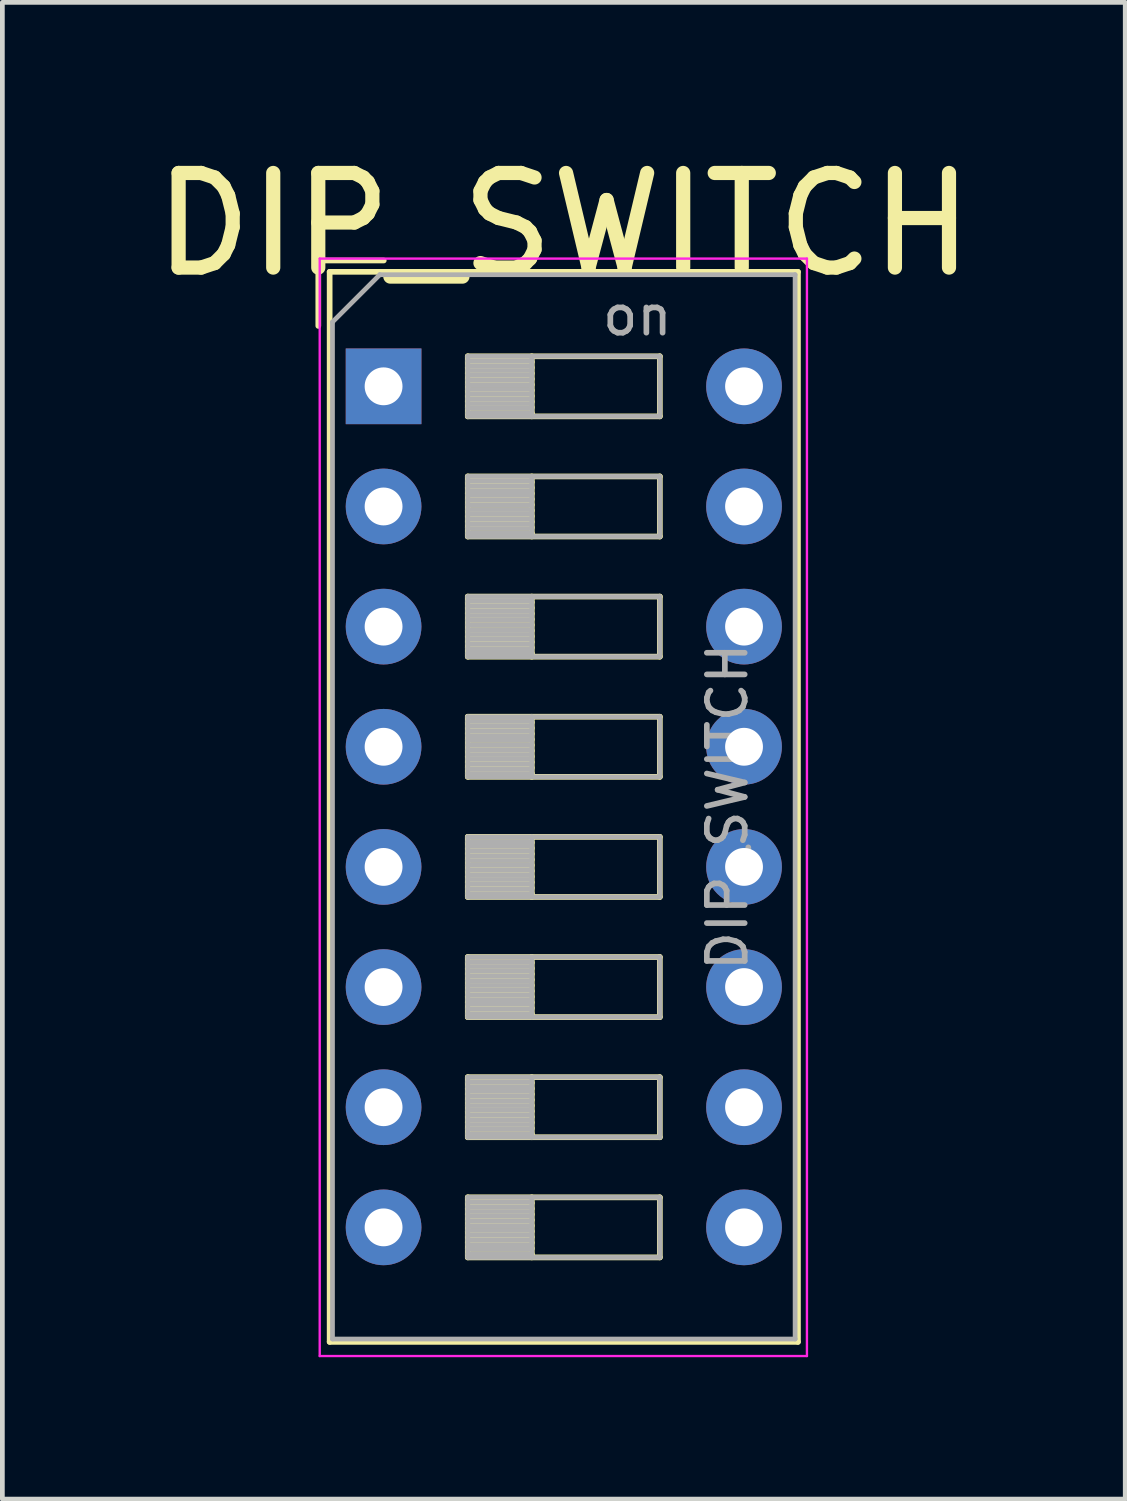
<source format=kicad_pcb>
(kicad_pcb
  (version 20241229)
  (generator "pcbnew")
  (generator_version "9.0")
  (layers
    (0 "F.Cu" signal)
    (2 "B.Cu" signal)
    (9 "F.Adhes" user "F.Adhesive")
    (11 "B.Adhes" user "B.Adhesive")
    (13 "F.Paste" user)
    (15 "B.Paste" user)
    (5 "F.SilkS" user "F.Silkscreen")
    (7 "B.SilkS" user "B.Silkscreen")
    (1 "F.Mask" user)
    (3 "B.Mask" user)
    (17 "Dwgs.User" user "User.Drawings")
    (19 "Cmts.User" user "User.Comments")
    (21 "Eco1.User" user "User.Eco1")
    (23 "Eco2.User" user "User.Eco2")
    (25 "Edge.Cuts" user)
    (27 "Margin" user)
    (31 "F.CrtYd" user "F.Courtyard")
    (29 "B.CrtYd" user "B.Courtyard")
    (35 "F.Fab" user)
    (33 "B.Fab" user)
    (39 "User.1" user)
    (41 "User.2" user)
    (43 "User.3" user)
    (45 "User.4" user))
  (footprint "DIP_SWITCH"
    (layer "F.Cu")
    (at 5.059 5.117)
    (property "Reference" "DIP_SWITCH" (at 3.81 -3.42 0) (layer "F.SilkS") (effects (font (size 2 2) (thickness 0.3))))
    (attr through_hole)
    (fp_line (start -1.38 -2.66) (end -1.38 -1.277) (stroke (width 0.12) (type solid)) (layer "F.SilkS"))
    (fp_line (start -1.38 -2.66) (end 0.004 -2.66) (stroke (width 0.12) (type solid)) (layer "F.SilkS"))
    (fp_line (start -1.14 -2.42) (end -1.14 20.201) (stroke (width 0.12) (type solid)) (layer "F.SilkS"))
    (fp_line (start -1.14 -2.42) (end 8.76 -2.42) (stroke (width 0.12) (type solid)) (layer "F.SilkS"))
    (fp_line (start -1.14 20.201) (end 8.76 20.201) (stroke (width 0.12) (type solid)) (layer "F.SilkS"))
    (fp_line (start 1.78 -0.635) (end 1.78 0.635) (stroke (width 0.12) (type solid)) (layer "F.SilkS"))
    (fp_line (start 1.78 -0.515) (end 3.133 -0.515) (stroke (width 0.12) (type solid)) (layer "F.SilkS"))
    (fp_line (start 1.78 -0.395) (end 3.133 -0.395) (stroke (width 0.12) (type solid)) (layer "F.SilkS"))
    (fp_line (start 1.78 -0.275) (end 3.133 -0.275) (stroke (width 0.12) (type solid)) (layer "F.SilkS"))
    (fp_line (start 1.78 -0.155) (end 3.133 -0.155) (stroke (width 0.12) (type solid)) (layer "F.SilkS"))
    (fp_line (start 1.78 -0.035) (end 3.133 -0.035) (stroke (width 0.12) (type solid)) (layer "F.SilkS"))
    (fp_line (start 1.78 0.085) (end 3.133 0.085) (stroke (width 0.12) (type solid)) (layer "F.SilkS"))
    (fp_line (start 1.78 0.205) (end 3.133 0.205) (stroke (width 0.12) (type solid)) (layer "F.SilkS"))
    (fp_line (start 1.78 0.325) (end 3.133 0.325) (stroke (width 0.12) (type solid)) (layer "F.SilkS"))
    (fp_line (start 1.78 0.445) (end 3.133 0.445) (stroke (width 0.12) (type solid)) (layer "F.SilkS"))
    (fp_line (start 1.78 0.565) (end 3.133 0.565) (stroke (width 0.12) (type solid)) (layer "F.SilkS"))
    (fp_line (start 1.78 0.635) (end 5.84 0.635) (stroke (width 0.12) (type solid)) (layer "F.SilkS"))
    (fp_line (start 1.78 1.905) (end 1.78 3.175) (stroke (width 0.12) (type solid)) (layer "F.SilkS"))
    (fp_line (start 1.78 2.025) (end 3.133 2.025) (stroke (width 0.12) (type solid)) (layer "F.SilkS"))
    (fp_line (start 1.78 2.145) (end 3.133 2.145) (stroke (width 0.12) (type solid)) (layer "F.SilkS"))
    (fp_line (start 1.78 2.265) (end 3.133 2.265) (stroke (width 0.12) (type solid)) (layer "F.SilkS"))
    (fp_line (start 1.78 2.385) (end 3.133 2.385) (stroke (width 0.12) (type solid)) (layer "F.SilkS"))
    (fp_line (start 1.78 2.505) (end 3.133 2.505) (stroke (width 0.12) (type solid)) (layer "F.SilkS"))
    (fp_line (start 1.78 2.625) (end 3.133 2.625) (stroke (width 0.12) (type solid)) (layer "F.SilkS"))
    (fp_line (start 1.78 2.745) (end 3.133 2.745) (stroke (width 0.12) (type solid)) (layer "F.SilkS"))
    (fp_line (start 1.78 2.865) (end 3.133 2.865) (stroke (width 0.12) (type solid)) (layer "F.SilkS"))
    (fp_line (start 1.78 2.985) (end 3.133 2.985) (stroke (width 0.12) (type solid)) (layer "F.SilkS"))
    (fp_line (start 1.78 3.105) (end 3.133 3.105) (stroke (width 0.12) (type solid)) (layer "F.SilkS"))
    (fp_line (start 1.78 3.175) (end 5.84 3.175) (stroke (width 0.12) (type solid)) (layer "F.SilkS"))
    (fp_line (start 1.78 4.445) (end 1.78 5.715) (stroke (width 0.12) (type solid)) (layer "F.SilkS"))
    (fp_line (start 1.78 4.565) (end 3.133 4.565) (stroke (width 0.12) (type solid)) (layer "F.SilkS"))
    (fp_line (start 1.78 4.685) (end 3.133 4.685) (stroke (width 0.12) (type solid)) (layer "F.SilkS"))
    (fp_line (start 1.78 4.805) (end 3.133 4.805) (stroke (width 0.12) (type solid)) (layer "F.SilkS"))
    (fp_line (start 1.78 4.925) (end 3.133 4.925) (stroke (width 0.12) (type solid)) (layer "F.SilkS"))
    (fp_line (start 1.78 5.045) (end 3.133 5.045) (stroke (width 0.12) (type solid)) (layer "F.SilkS"))
    (fp_line (start 1.78 5.165) (end 3.133 5.165) (stroke (width 0.12) (type solid)) (layer "F.SilkS"))
    (fp_line (start 1.78 5.285) (end 3.133 5.285) (stroke (width 0.12) (type solid)) (layer "F.SilkS"))
    (fp_line (start 1.78 5.405) (end 3.133 5.405) (stroke (width 0.12) (type solid)) (layer "F.SilkS"))
    (fp_line (start 1.78 5.525) (end 3.133 5.525) (stroke (width 0.12) (type solid)) (layer "F.SilkS"))
    (fp_line (start 1.78 5.645) (end 3.133 5.645) (stroke (width 0.12) (type solid)) (layer "F.SilkS"))
    (fp_line (start 1.78 5.715) (end 5.84 5.715) (stroke (width 0.12) (type solid)) (layer "F.SilkS"))
    (fp_line (start 1.78 6.985) (end 1.78 8.255) (stroke (width 0.12) (type solid)) (layer "F.SilkS"))
    (fp_line (start 1.78 7.105) (end 3.133 7.105) (stroke (width 0.12) (type solid)) (layer "F.SilkS"))
    (fp_line (start 1.78 7.225) (end 3.133 7.225) (stroke (width 0.12) (type solid)) (layer "F.SilkS"))
    (fp_line (start 1.78 7.345) (end 3.133 7.345) (stroke (width 0.12) (type solid)) (layer "F.SilkS"))
    (fp_line (start 1.78 7.465) (end 3.133 7.465) (stroke (width 0.12) (type solid)) (layer "F.SilkS"))
    (fp_line (start 1.78 7.585) (end 3.133 7.585) (stroke (width 0.12) (type solid)) (layer "F.SilkS"))
    (fp_line (start 1.78 7.705) (end 3.133 7.705) (stroke (width 0.12) (type solid)) (layer "F.SilkS"))
    (fp_line (start 1.78 7.825) (end 3.133 7.825) (stroke (width 0.12) (type solid)) (layer "F.SilkS"))
    (fp_line (start 1.78 7.945) (end 3.133 7.945) (stroke (width 0.12) (type solid)) (layer "F.SilkS"))
    (fp_line (start 1.78 8.065) (end 3.133 8.065) (stroke (width 0.12) (type solid)) (layer "F.SilkS"))
    (fp_line (start 1.78 8.185) (end 3.133 8.185) (stroke (width 0.12) (type solid)) (layer "F.SilkS"))
    (fp_line (start 1.78 8.255) (end 5.84 8.255) (stroke (width 0.12) (type solid)) (layer "F.SilkS"))
    (fp_line (start 1.78 9.525) (end 1.78 10.795) (stroke (width 0.12) (type solid)) (layer "F.SilkS"))
    (fp_line (start 1.78 9.645) (end 3.133 9.645) (stroke (width 0.12) (type solid)) (layer "F.SilkS"))
    (fp_line (start 1.78 9.765) (end 3.133 9.765) (stroke (width 0.12) (type solid)) (layer "F.SilkS"))
    (fp_line (start 1.78 9.885) (end 3.133 9.885) (stroke (width 0.12) (type solid)) (layer "F.SilkS"))
    (fp_line (start 1.78 10.005) (end 3.133 10.005) (stroke (width 0.12) (type solid)) (layer "F.SilkS"))
    (fp_line (start 1.78 10.125) (end 3.133 10.125) (stroke (width 0.12) (type solid)) (layer "F.SilkS"))
    (fp_line (start 1.78 10.245) (end 3.133 10.245) (stroke (width 0.12) (type solid)) (layer "F.SilkS"))
    (fp_line (start 1.78 10.365) (end 3.133 10.365) (stroke (width 0.12) (type solid)) (layer "F.SilkS"))
    (fp_line (start 1.78 10.485) (end 3.133 10.485) (stroke (width 0.12) (type solid)) (layer "F.SilkS"))
    (fp_line (start 1.78 10.605) (end 3.133 10.605) (stroke (width 0.12) (type solid)) (layer "F.SilkS"))
    (fp_line (start 1.78 10.725) (end 3.133 10.725) (stroke (width 0.12) (type solid)) (layer "F.SilkS"))
    (fp_line (start 1.78 10.795) (end 5.84 10.795) (stroke (width 0.12) (type solid)) (layer "F.SilkS"))
    (fp_line (start 1.78 12.065) (end 1.78 13.335) (stroke (width 0.12) (type solid)) (layer "F.SilkS"))
    (fp_line (start 1.78 12.185) (end 3.133 12.185) (stroke (width 0.12) (type solid)) (layer "F.SilkS"))
    (fp_line (start 1.78 12.305) (end 3.133 12.305) (stroke (width 0.12) (type solid)) (layer "F.SilkS"))
    (fp_line (start 1.78 12.425) (end 3.133 12.425) (stroke (width 0.12) (type solid)) (layer "F.SilkS"))
    (fp_line (start 1.78 12.545) (end 3.133 12.545) (stroke (width 0.12) (type solid)) (layer "F.SilkS"))
    (fp_line (start 1.78 12.665) (end 3.133 12.665) (stroke (width 0.12) (type solid)) (layer "F.SilkS"))
    (fp_line (start 1.78 12.785) (end 3.133 12.785) (stroke (width 0.12) (type solid)) (layer "F.SilkS"))
    (fp_line (start 1.78 12.905) (end 3.133 12.905) (stroke (width 0.12) (type solid)) (layer "F.SilkS"))
    (fp_line (start 1.78 13.025) (end 3.133 13.025) (stroke (width 0.12) (type solid)) (layer "F.SilkS"))
    (fp_line (start 1.78 13.145) (end 3.133 13.145) (stroke (width 0.12) (type solid)) (layer "F.SilkS"))
    (fp_line (start 1.78 13.265) (end 3.133 13.265) (stroke (width 0.12) (type solid)) (layer "F.SilkS"))
    (fp_line (start 1.78 13.335) (end 5.84 13.335) (stroke (width 0.12) (type solid)) (layer "F.SilkS"))
    (fp_line (start 1.78 14.605) (end 1.78 15.875) (stroke (width 0.12) (type solid)) (layer "F.SilkS"))
    (fp_line (start 1.78 14.725) (end 3.133 14.725) (stroke (width 0.12) (type solid)) (layer "F.SilkS"))
    (fp_line (start 1.78 14.845) (end 3.133 14.845) (stroke (width 0.12) (type solid)) (layer "F.SilkS"))
    (fp_line (start 1.78 14.965) (end 3.133 14.965) (stroke (width 0.12) (type solid)) (layer "F.SilkS"))
    (fp_line (start 1.78 15.085) (end 3.133 15.085) (stroke (width 0.12) (type solid)) (layer "F.SilkS"))
    (fp_line (start 1.78 15.205) (end 3.133 15.205) (stroke (width 0.12) (type solid)) (layer "F.SilkS"))
    (fp_line (start 1.78 15.325) (end 3.133 15.325) (stroke (width 0.12) (type solid)) (layer "F.SilkS"))
    (fp_line (start 1.78 15.445) (end 3.133 15.445) (stroke (width 0.12) (type solid)) (layer "F.SilkS"))
    (fp_line (start 1.78 15.565) (end 3.133 15.565) (stroke (width 0.12) (type solid)) (layer "F.SilkS"))
    (fp_line (start 1.78 15.685) (end 3.133 15.685) (stroke (width 0.12) (type solid)) (layer "F.SilkS"))
    (fp_line (start 1.78 15.805) (end 3.133 15.805) (stroke (width 0.12) (type solid)) (layer "F.SilkS"))
    (fp_line (start 1.78 15.875) (end 5.84 15.875) (stroke (width 0.12) (type solid)) (layer "F.SilkS"))
    (fp_line (start 1.78 17.145) (end 1.78 18.415) (stroke (width 0.12) (type solid)) (layer "F.SilkS"))
    (fp_line (start 1.78 17.265) (end 3.133 17.265) (stroke (width 0.12) (type solid)) (layer "F.SilkS"))
    (fp_line (start 1.78 17.385) (end 3.133 17.385) (stroke (width 0.12) (type solid)) (layer "F.SilkS"))
    (fp_line (start 1.78 17.505) (end 3.133 17.505) (stroke (width 0.12) (type solid)) (layer "F.SilkS"))
    (fp_line (start 1.78 17.625) (end 3.133 17.625) (stroke (width 0.12) (type solid)) (layer "F.SilkS"))
    (fp_line (start 1.78 17.745) (end 3.133 17.745) (stroke (width 0.12) (type solid)) (layer "F.SilkS"))
    (fp_line (start 1.78 17.865) (end 3.133 17.865) (stroke (width 0.12) (type solid)) (layer "F.SilkS"))
    (fp_line (start 1.78 17.985) (end 3.133 17.985) (stroke (width 0.12) (type solid)) (layer "F.SilkS"))
    (fp_line (start 1.78 18.105) (end 3.133 18.105) (stroke (width 0.12) (type solid)) (layer "F.SilkS"))
    (fp_line (start 1.78 18.225) (end 3.133 18.225) (stroke (width 0.12) (type solid)) (layer "F.SilkS"))
    (fp_line (start 1.78 18.345) (end 3.133 18.345) (stroke (width 0.12) (type solid)) (layer "F.SilkS"))
    (fp_line (start 1.78 18.415) (end 5.84 18.415) (stroke (width 0.12) (type solid)) (layer "F.SilkS"))
    (fp_line (start 3.133 -0.635) (end 3.133 0.635) (stroke (width 0.12) (type solid)) (layer "F.SilkS"))
    (fp_line (start 3.133 1.905) (end 3.133 3.175) (stroke (width 0.12) (type solid)) (layer "F.SilkS"))
    (fp_line (start 3.133 4.445) (end 3.133 5.715) (stroke (width 0.12) (type solid)) (layer "F.SilkS"))
    (fp_line (start 3.133 6.985) (end 3.133 8.255) (stroke (width 0.12) (type solid)) (layer "F.SilkS"))
    (fp_line (start 3.133 9.525) (end 3.133 10.795) (stroke (width 0.12) (type solid)) (layer "F.SilkS"))
    (fp_line (start 3.133 12.065) (end 3.133 13.335) (stroke (width 0.12) (type solid)) (layer "F.SilkS"))
    (fp_line (start 3.133 14.605) (end 3.133 15.875) (stroke (width 0.12) (type solid)) (layer "F.SilkS"))
    (fp_line (start 3.133 17.145) (end 3.133 18.415) (stroke (width 0.12) (type solid)) (layer "F.SilkS"))
    (fp_line (start 5.84 -0.635) (end 1.78 -0.635) (stroke (width 0.12) (type solid)) (layer "F.SilkS"))
    (fp_line (start 5.84 0.635) (end 5.84 -0.635) (stroke (width 0.12) (type solid)) (layer "F.SilkS"))
    (fp_line (start 5.84 1.905) (end 1.78 1.905) (stroke (width 0.12) (type solid)) (layer "F.SilkS"))
    (fp_line (start 5.84 3.175) (end 5.84 1.905) (stroke (width 0.12) (type solid)) (layer "F.SilkS"))
    (fp_line (start 5.84 4.445) (end 1.78 4.445) (stroke (width 0.12) (type solid)) (layer "F.SilkS"))
    (fp_line (start 5.84 5.715) (end 5.84 4.445) (stroke (width 0.12) (type solid)) (layer "F.SilkS"))
    (fp_line (start 5.84 6.985) (end 1.78 6.985) (stroke (width 0.12) (type solid)) (layer "F.SilkS"))
    (fp_line (start 5.84 8.255) (end 5.84 6.985) (stroke (width 0.12) (type solid)) (layer "F.SilkS"))
    (fp_line (start 5.84 9.525) (end 1.78 9.525) (stroke (width 0.12) (type solid)) (layer "F.SilkS"))
    (fp_line (start 5.84 10.795) (end 5.84 9.525) (stroke (width 0.12) (type solid)) (layer "F.SilkS"))
    (fp_line (start 5.84 12.065) (end 1.78 12.065) (stroke (width 0.12) (type solid)) (layer "F.SilkS"))
    (fp_line (start 5.84 13.335) (end 5.84 12.065) (stroke (width 0.12) (type solid)) (layer "F.SilkS"))
    (fp_line (start 5.84 14.605) (end 1.78 14.605) (stroke (width 0.12) (type solid)) (layer "F.SilkS"))
    (fp_line (start 5.84 15.875) (end 5.84 14.605) (stroke (width 0.12) (type solid)) (layer "F.SilkS"))
    (fp_line (start 5.84 17.145) (end 1.78 17.145) (stroke (width 0.12) (type solid)) (layer "F.SilkS"))
    (fp_line (start 5.84 18.415) (end 5.84 17.145) (stroke (width 0.12) (type solid)) (layer "F.SilkS"))
    (fp_line (start 8.76 -2.42) (end 8.76 20.201) (stroke (width 0.12) (type solid)) (layer "F.SilkS"))
    (fp_line (start -1.35 -2.7) (end -1.35 20.5) (stroke (width 0.05) (type solid)) (layer "F.CrtYd"))
    (fp_line (start -1.35 20.5) (end 8.95 20.5) (stroke (width 0.05) (type solid)) (layer "F.CrtYd"))
    (fp_line (start 8.95 -2.7) (end -1.35 -2.7) (stroke (width 0.05) (type solid)) (layer "F.CrtYd"))
    (fp_line (start 8.95 20.5) (end 8.95 -2.7) (stroke (width 0.05) (type solid)) (layer "F.CrtYd"))
    (fp_line (start -1.08 -1.36) (end -0.08 -2.36) (stroke (width 0.1) (type solid)) (layer "F.Fab"))
    (fp_line (start -1.08 20.14) (end -1.08 -1.36) (stroke (width 0.1) (type solid)) (layer "F.Fab"))
    (fp_line (start -0.08 -2.36) (end 8.7 -2.36) (stroke (width 0.1) (type solid)) (layer "F.Fab"))
    (fp_line (start 1.78 -0.635) (end 1.78 0.635) (stroke (width 0.1) (type solid)) (layer "F.Fab"))
    (fp_line (start 1.78 -0.535) (end 3.133 -0.535) (stroke (width 0.1) (type solid)) (layer "F.Fab"))
    (fp_line (start 1.78 -0.435) (end 3.133 -0.435) (stroke (width 0.1) (type solid)) (layer "F.Fab"))
    (fp_line (start 1.78 -0.335) (end 3.133 -0.335) (stroke (width 0.1) (type solid)) (layer "F.Fab"))
    (fp_line (start 1.78 -0.235) (end 3.133 -0.235) (stroke (width 0.1) (type solid)) (layer "F.Fab"))
    (fp_line (start 1.78 -0.135) (end 3.133 -0.135) (stroke (width 0.1) (type solid)) (layer "F.Fab"))
    (fp_line (start 1.78 -0.035) (end 3.133 -0.035) (stroke (width 0.1) (type solid)) (layer "F.Fab"))
    (fp_line (start 1.78 0.065) (end 3.133 0.065) (stroke (width 0.1) (type solid)) (layer "F.Fab"))
    (fp_line (start 1.78 0.165) (end 3.133 0.165) (stroke (width 0.1) (type solid)) (layer "F.Fab"))
    (fp_line (start 1.78 0.265) (end 3.133 0.265) (stroke (width 0.1) (type solid)) (layer "F.Fab"))
    (fp_line (start 1.78 0.365) (end 3.133 0.365) (stroke (width 0.1) (type solid)) (layer "F.Fab"))
    (fp_line (start 1.78 0.465) (end 3.133 0.465) (stroke (width 0.1) (type solid)) (layer "F.Fab"))
    (fp_line (start 1.78 0.565) (end 3.133 0.565) (stroke (width 0.1) (type solid)) (layer "F.Fab"))
    (fp_line (start 1.78 0.635) (end 5.84 0.635) (stroke (width 0.1) (type solid)) (layer "F.Fab"))
    (fp_line (start 1.78 1.905) (end 1.78 3.175) (stroke (width 0.1) (type solid)) (layer "F.Fab"))
    (fp_line (start 1.78 2.005) (end 3.133 2.005) (stroke (width 0.1) (type solid)) (layer "F.Fab"))
    (fp_line (start 1.78 2.105) (end 3.133 2.105) (stroke (width 0.1) (type solid)) (layer "F.Fab"))
    (fp_line (start 1.78 2.205) (end 3.133 2.205) (stroke (width 0.1) (type solid)) (layer "F.Fab"))
    (fp_line (start 1.78 2.305) (end 3.133 2.305) (stroke (width 0.1) (type solid)) (layer "F.Fab"))
    (fp_line (start 1.78 2.405) (end 3.133 2.405) (stroke (width 0.1) (type solid)) (layer "F.Fab"))
    (fp_line (start 1.78 2.505) (end 3.133 2.505) (stroke (width 0.1) (type solid)) (layer "F.Fab"))
    (fp_line (start 1.78 2.605) (end 3.133 2.605) (stroke (width 0.1) (type solid)) (layer "F.Fab"))
    (fp_line (start 1.78 2.705) (end 3.133 2.705) (stroke (width 0.1) (type solid)) (layer "F.Fab"))
    (fp_line (start 1.78 2.805) (end 3.133 2.805) (stroke (width 0.1) (type solid)) (layer "F.Fab"))
    (fp_line (start 1.78 2.905) (end 3.133 2.905) (stroke (width 0.1) (type solid)) (layer "F.Fab"))
    (fp_line (start 1.78 3.005) (end 3.133 3.005) (stroke (width 0.1) (type solid)) (layer "F.Fab"))
    (fp_line (start 1.78 3.105) (end 3.133 3.105) (stroke (width 0.1) (type solid)) (layer "F.Fab"))
    (fp_line (start 1.78 3.175) (end 5.84 3.175) (stroke (width 0.1) (type solid)) (layer "F.Fab"))
    (fp_line (start 1.78 4.445) (end 1.78 5.715) (stroke (width 0.1) (type solid)) (layer "F.Fab"))
    (fp_line (start 1.78 4.545) (end 3.133 4.545) (stroke (width 0.1) (type solid)) (layer "F.Fab"))
    (fp_line (start 1.78 4.645) (end 3.133 4.645) (stroke (width 0.1) (type solid)) (layer "F.Fab"))
    (fp_line (start 1.78 4.745) (end 3.133 4.745) (stroke (width 0.1) (type solid)) (layer "F.Fab"))
    (fp_line (start 1.78 4.845) (end 3.133 4.845) (stroke (width 0.1) (type solid)) (layer "F.Fab"))
    (fp_line (start 1.78 4.945) (end 3.133 4.945) (stroke (width 0.1) (type solid)) (layer "F.Fab"))
    (fp_line (start 1.78 5.045) (end 3.133 5.045) (stroke (width 0.1) (type solid)) (layer "F.Fab"))
    (fp_line (start 1.78 5.145) (end 3.133 5.145) (stroke (width 0.1) (type solid)) (layer "F.Fab"))
    (fp_line (start 1.78 5.245) (end 3.133 5.245) (stroke (width 0.1) (type solid)) (layer "F.Fab"))
    (fp_line (start 1.78 5.345) (end 3.133 5.345) (stroke (width 0.1) (type solid)) (layer "F.Fab"))
    (fp_line (start 1.78 5.445) (end 3.133 5.445) (stroke (width 0.1) (type solid)) (layer "F.Fab"))
    (fp_line (start 1.78 5.545) (end 3.133 5.545) (stroke (width 0.1) (type solid)) (layer "F.Fab"))
    (fp_line (start 1.78 5.645) (end 3.133 5.645) (stroke (width 0.1) (type solid)) (layer "F.Fab"))
    (fp_line (start 1.78 5.715) (end 5.84 5.715) (stroke (width 0.1) (type solid)) (layer "F.Fab"))
    (fp_line (start 1.78 6.985) (end 1.78 8.255) (stroke (width 0.1) (type solid)) (layer "F.Fab"))
    (fp_line (start 1.78 7.085) (end 3.133 7.085) (stroke (width 0.1) (type solid)) (layer "F.Fab"))
    (fp_line (start 1.78 7.185) (end 3.133 7.185) (stroke (width 0.1) (type solid)) (layer "F.Fab"))
    (fp_line (start 1.78 7.285) (end 3.133 7.285) (stroke (width 0.1) (type solid)) (layer "F.Fab"))
    (fp_line (start 1.78 7.385) (end 3.133 7.385) (stroke (width 0.1) (type solid)) (layer "F.Fab"))
    (fp_line (start 1.78 7.485) (end 3.133 7.485) (stroke (width 0.1) (type solid)) (layer "F.Fab"))
    (fp_line (start 1.78 7.585) (end 3.133 7.585) (stroke (width 0.1) (type solid)) (layer "F.Fab"))
    (fp_line (start 1.78 7.685) (end 3.133 7.685) (stroke (width 0.1) (type solid)) (layer "F.Fab"))
    (fp_line (start 1.78 7.785) (end 3.133 7.785) (stroke (width 0.1) (type solid)) (layer "F.Fab"))
    (fp_line (start 1.78 7.885) (end 3.133 7.885) (stroke (width 0.1) (type solid)) (layer "F.Fab"))
    (fp_line (start 1.78 7.985) (end 3.133 7.985) (stroke (width 0.1) (type solid)) (layer "F.Fab"))
    (fp_line (start 1.78 8.085) (end 3.133 8.085) (stroke (width 0.1) (type solid)) (layer "F.Fab"))
    (fp_line (start 1.78 8.185) (end 3.133 8.185) (stroke (width 0.1) (type solid)) (layer "F.Fab"))
    (fp_line (start 1.78 8.255) (end 5.84 8.255) (stroke (width 0.1) (type solid)) (layer "F.Fab"))
    (fp_line (start 1.78 9.525) (end 1.78 10.795) (stroke (width 0.1) (type solid)) (layer "F.Fab"))
    (fp_line (start 1.78 9.625) (end 3.133 9.625) (stroke (width 0.1) (type solid)) (layer "F.Fab"))
    (fp_line (start 1.78 9.725) (end 3.133 9.725) (stroke (width 0.1) (type solid)) (layer "F.Fab"))
    (fp_line (start 1.78 9.825) (end 3.133 9.825) (stroke (width 0.1) (type solid)) (layer "F.Fab"))
    (fp_line (start 1.78 9.925) (end 3.133 9.925) (stroke (width 0.1) (type solid)) (layer "F.Fab"))
    (fp_line (start 1.78 10.025) (end 3.133 10.025) (stroke (width 0.1) (type solid)) (layer "F.Fab"))
    (fp_line (start 1.78 10.125) (end 3.133 10.125) (stroke (width 0.1) (type solid)) (layer "F.Fab"))
    (fp_line (start 1.78 10.225) (end 3.133 10.225) (stroke (width 0.1) (type solid)) (layer "F.Fab"))
    (fp_line (start 1.78 10.325) (end 3.133 10.325) (stroke (width 0.1) (type solid)) (layer "F.Fab"))
    (fp_line (start 1.78 10.425) (end 3.133 10.425) (stroke (width 0.1) (type solid)) (layer "F.Fab"))
    (fp_line (start 1.78 10.525) (end 3.133 10.525) (stroke (width 0.1) (type solid)) (layer "F.Fab"))
    (fp_line (start 1.78 10.625) (end 3.133 10.625) (stroke (width 0.1) (type solid)) (layer "F.Fab"))
    (fp_line (start 1.78 10.725) (end 3.133 10.725) (stroke (width 0.1) (type solid)) (layer "F.Fab"))
    (fp_line (start 1.78 10.795) (end 5.84 10.795) (stroke (width 0.1) (type solid)) (layer "F.Fab"))
    (fp_line (start 1.78 12.065) (end 1.78 13.335) (stroke (width 0.1) (type solid)) (layer "F.Fab"))
    (fp_line (start 1.78 12.165) (end 3.133 12.165) (stroke (width 0.1) (type solid)) (layer "F.Fab"))
    (fp_line (start 1.78 12.265) (end 3.133 12.265) (stroke (width 0.1) (type solid)) (layer "F.Fab"))
    (fp_line (start 1.78 12.365) (end 3.133 12.365) (stroke (width 0.1) (type solid)) (layer "F.Fab"))
    (fp_line (start 1.78 12.465) (end 3.133 12.465) (stroke (width 0.1) (type solid)) (layer "F.Fab"))
    (fp_line (start 1.78 12.565) (end 3.133 12.565) (stroke (width 0.1) (type solid)) (layer "F.Fab"))
    (fp_line (start 1.78 12.665) (end 3.133 12.665) (stroke (width 0.1) (type solid)) (layer "F.Fab"))
    (fp_line (start 1.78 12.765) (end 3.133 12.765) (stroke (width 0.1) (type solid)) (layer "F.Fab"))
    (fp_line (start 1.78 12.865) (end 3.133 12.865) (stroke (width 0.1) (type solid)) (layer "F.Fab"))
    (fp_line (start 1.78 12.965) (end 3.133 12.965) (stroke (width 0.1) (type solid)) (layer "F.Fab"))
    (fp_line (start 1.78 13.065) (end 3.133 13.065) (stroke (width 0.1) (type solid)) (layer "F.Fab"))
    (fp_line (start 1.78 13.165) (end 3.133 13.165) (stroke (width 0.1) (type solid)) (layer "F.Fab"))
    (fp_line (start 1.78 13.265) (end 3.133 13.265) (stroke (width 0.1) (type solid)) (layer "F.Fab"))
    (fp_line (start 1.78 13.335) (end 5.84 13.335) (stroke (width 0.1) (type solid)) (layer "F.Fab"))
    (fp_line (start 1.78 14.605) (end 1.78 15.875) (stroke (width 0.1) (type solid)) (layer "F.Fab"))
    (fp_line (start 1.78 14.705) (end 3.133 14.705) (stroke (width 0.1) (type solid)) (layer "F.Fab"))
    (fp_line (start 1.78 14.805) (end 3.133 14.805) (stroke (width 0.1) (type solid)) (layer "F.Fab"))
    (fp_line (start 1.78 14.905) (end 3.133 14.905) (stroke (width 0.1) (type solid)) (layer "F.Fab"))
    (fp_line (start 1.78 15.005) (end 3.133 15.005) (stroke (width 0.1) (type solid)) (layer "F.Fab"))
    (fp_line (start 1.78 15.105) (end 3.133 15.105) (stroke (width 0.1) (type solid)) (layer "F.Fab"))
    (fp_line (start 1.78 15.205) (end 3.133 15.205) (stroke (width 0.1) (type solid)) (layer "F.Fab"))
    (fp_line (start 1.78 15.305) (end 3.133 15.305) (stroke (width 0.1) (type solid)) (layer "F.Fab"))
    (fp_line (start 1.78 15.405) (end 3.133 15.405) (stroke (width 0.1) (type solid)) (layer "F.Fab"))
    (fp_line (start 1.78 15.505) (end 3.133 15.505) (stroke (width 0.1) (type solid)) (layer "F.Fab"))
    (fp_line (start 1.78 15.605) (end 3.133 15.605) (stroke (width 0.1) (type solid)) (layer "F.Fab"))
    (fp_line (start 1.78 15.705) (end 3.133 15.705) (stroke (width 0.1) (type solid)) (layer "F.Fab"))
    (fp_line (start 1.78 15.805) (end 3.133 15.805) (stroke (width 0.1) (type solid)) (layer "F.Fab"))
    (fp_line (start 1.78 15.875) (end 5.84 15.875) (stroke (width 0.1) (type solid)) (layer "F.Fab"))
    (fp_line (start 1.78 17.145) (end 1.78 18.415) (stroke (width 0.1) (type solid)) (layer "F.Fab"))
    (fp_line (start 1.78 17.245) (end 3.133 17.245) (stroke (width 0.1) (type solid)) (layer "F.Fab"))
    (fp_line (start 1.78 17.345) (end 3.133 17.345) (stroke (width 0.1) (type solid)) (layer "F.Fab"))
    (fp_line (start 1.78 17.445) (end 3.133 17.445) (stroke (width 0.1) (type solid)) (layer "F.Fab"))
    (fp_line (start 1.78 17.545) (end 3.133 17.545) (stroke (width 0.1) (type solid)) (layer "F.Fab"))
    (fp_line (start 1.78 17.645) (end 3.133 17.645) (stroke (width 0.1) (type solid)) (layer "F.Fab"))
    (fp_line (start 1.78 17.745) (end 3.133 17.745) (stroke (width 0.1) (type solid)) (layer "F.Fab"))
    (fp_line (start 1.78 17.845) (end 3.133 17.845) (stroke (width 0.1) (type solid)) (layer "F.Fab"))
    (fp_line (start 1.78 17.945) (end 3.133 17.945) (stroke (width 0.1) (type solid)) (layer "F.Fab"))
    (fp_line (start 1.78 18.045) (end 3.133 18.045) (stroke (width 0.1) (type solid)) (layer "F.Fab"))
    (fp_line (start 1.78 18.145) (end 3.133 18.145) (stroke (width 0.1) (type solid)) (layer "F.Fab"))
    (fp_line (start 1.78 18.245) (end 3.133 18.245) (stroke (width 0.1) (type solid)) (layer "F.Fab"))
    (fp_line (start 1.78 18.345) (end 3.133 18.345) (stroke (width 0.1) (type solid)) (layer "F.Fab"))
    (fp_line (start 1.78 18.415) (end 5.84 18.415) (stroke (width 0.1) (type solid)) (layer "F.Fab"))
    (fp_line (start 3.133 -0.635) (end 3.133 0.635) (stroke (width 0.1) (type solid)) (layer "F.Fab"))
    (fp_line (start 3.133 1.905) (end 3.133 3.175) (stroke (width 0.1) (type solid)) (layer "F.Fab"))
    (fp_line (start 3.133 4.445) (end 3.133 5.715) (stroke (width 0.1) (type solid)) (layer "F.Fab"))
    (fp_line (start 3.133 6.985) (end 3.133 8.255) (stroke (width 0.1) (type solid)) (layer "F.Fab"))
    (fp_line (start 3.133 9.525) (end 3.133 10.795) (stroke (width 0.1) (type solid)) (layer "F.Fab"))
    (fp_line (start 3.133 12.065) (end 3.133 13.335) (stroke (width 0.1) (type solid)) (layer "F.Fab"))
    (fp_line (start 3.133 14.605) (end 3.133 15.875) (stroke (width 0.1) (type solid)) (layer "F.Fab"))
    (fp_line (start 3.133 17.145) (end 3.133 18.415) (stroke (width 0.1) (type solid)) (layer "F.Fab"))
    (fp_line (start 5.84 -0.635) (end 1.78 -0.635) (stroke (width 0.1) (type solid)) (layer "F.Fab"))
    (fp_line (start 5.84 0.635) (end 5.84 -0.635) (stroke (width 0.1) (type solid)) (layer "F.Fab"))
    (fp_line (start 5.84 1.905) (end 1.78 1.905) (stroke (width 0.1) (type solid)) (layer "F.Fab"))
    (fp_line (start 5.84 3.175) (end 5.84 1.905) (stroke (width 0.1) (type solid)) (layer "F.Fab"))
    (fp_line (start 5.84 4.445) (end 1.78 4.445) (stroke (width 0.1) (type solid)) (layer "F.Fab"))
    (fp_line (start 5.84 5.715) (end 5.84 4.445) (stroke (width 0.1) (type solid)) (layer "F.Fab"))
    (fp_line (start 5.84 6.985) (end 1.78 6.985) (stroke (width 0.1) (type solid)) (layer "F.Fab"))
    (fp_line (start 5.84 8.255) (end 5.84 6.985) (stroke (width 0.1) (type solid)) (layer "F.Fab"))
    (fp_line (start 5.84 9.525) (end 1.78 9.525) (stroke (width 0.1) (type solid)) (layer "F.Fab"))
    (fp_line (start 5.84 10.795) (end 5.84 9.525) (stroke (width 0.1) (type solid)) (layer "F.Fab"))
    (fp_line (start 5.84 12.065) (end 1.78 12.065) (stroke (width 0.1) (type solid)) (layer "F.Fab"))
    (fp_line (start 5.84 13.335) (end 5.84 12.065) (stroke (width 0.1) (type solid)) (layer "F.Fab"))
    (fp_line (start 5.84 14.605) (end 1.78 14.605) (stroke (width 0.1) (type solid)) (layer "F.Fab"))
    (fp_line (start 5.84 15.875) (end 5.84 14.605) (stroke (width 0.1) (type solid)) (layer "F.Fab"))
    (fp_line (start 5.84 17.145) (end 1.78 17.145) (stroke (width 0.1) (type solid)) (layer "F.Fab"))
    (fp_line (start 5.84 18.415) (end 5.84 17.145) (stroke (width 0.1) (type solid)) (layer "F.Fab"))
    (fp_line (start 8.7 -2.36) (end 8.7 20.14) (stroke (width 0.1) (type solid)) (layer "F.Fab"))
    (fp_line (start 8.7 20.14) (end -1.08 20.14) (stroke (width 0.1) (type solid)) (layer "F.Fab"))
    (fp_text user "${REFERENCE}" (at 7.27 8.89 270) (layer "F.Fab") (effects (font (size 0.8 0.8) (thickness 0.12))))
    (fp_text user "on" (at 5.365 -1.498 0) (layer "F.Fab") (effects (font (size 0.8 0.8) (thickness 0.12))))
    (pad "1" thru_hole rect (at 0 0) (size 1.6 1.6) (drill 0.8) (layers "*.Cu" "*.Mask"))
    (pad "2" thru_hole oval (at 0 2.54) (size 1.6 1.6) (drill 0.8) (layers "*.Cu" "*.Mask"))
    (pad "3" thru_hole oval (at 0 5.08) (size 1.6 1.6) (drill 0.8) (layers "*.Cu" "*.Mask"))
    (pad "4" thru_hole oval (at 0 7.62) (size 1.6 1.6) (drill 0.8) (layers "*.Cu" "*.Mask"))
    (pad "5" thru_hole oval (at 0 10.16) (size 1.6 1.6) (drill 0.8) (layers "*.Cu" "*.Mask"))
    (pad "6" thru_hole oval (at 0 12.7) (size 1.6 1.6) (drill 0.8) (layers "*.Cu" "*.Mask"))
    (pad "7" thru_hole oval (at 0 15.24) (size 1.6 1.6) (drill 0.8) (layers "*.Cu" "*.Mask"))
    (pad "8" thru_hole oval (at 0 17.78) (size 1.6 1.6) (drill 0.8) (layers "*.Cu" "*.Mask"))
    (pad "9" thru_hole oval (at 7.62 17.78) (size 1.6 1.6) (drill 0.8) (layers "*.Cu" "*.Mask"))
    (pad "10" thru_hole oval (at 7.62 15.24) (size 1.6 1.6) (drill 0.8) (layers "*.Cu" "*.Mask"))
    (pad "11" thru_hole oval (at 7.62 12.7) (size 1.6 1.6) (drill 0.8) (layers "*.Cu" "*.Mask"))
    (pad "12" thru_hole oval (at 7.62 10.16) (size 1.6 1.6) (drill 0.8) (layers "*.Cu" "*.Mask"))
    (pad "13" thru_hole oval (at 7.62 7.62) (size 1.6 1.6) (drill 0.8) (layers "*.Cu" "*.Mask"))
    (pad "14" thru_hole oval (at 7.62 5.08) (size 1.6 1.6) (drill 0.8) (layers "*.Cu" "*.Mask"))
    (pad "15" thru_hole oval (at 7.62 2.54) (size 1.6 1.6) (drill 0.8) (layers "*.Cu" "*.Mask"))
    (pad "16" thru_hole oval (at 7.62 0) (size 1.6 1.6) (drill 0.8) (layers "*.Cu" "*.Mask")))
  (gr_rect
    (start -3 -3)
    (end 20.738 28.642)
    (stroke (width 0.1) (type default))
    (fill no)
    (layer "Edge.Cuts")))
</source>
